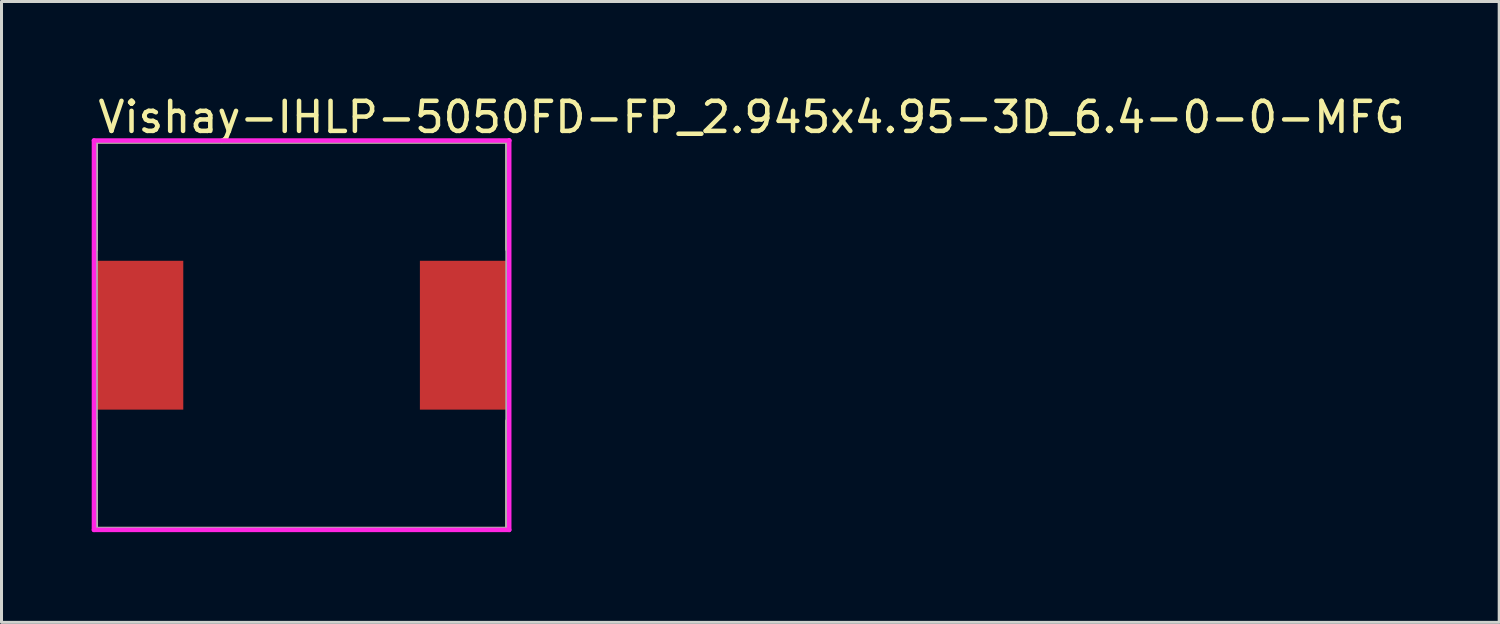
<source format=kicad_pcb>
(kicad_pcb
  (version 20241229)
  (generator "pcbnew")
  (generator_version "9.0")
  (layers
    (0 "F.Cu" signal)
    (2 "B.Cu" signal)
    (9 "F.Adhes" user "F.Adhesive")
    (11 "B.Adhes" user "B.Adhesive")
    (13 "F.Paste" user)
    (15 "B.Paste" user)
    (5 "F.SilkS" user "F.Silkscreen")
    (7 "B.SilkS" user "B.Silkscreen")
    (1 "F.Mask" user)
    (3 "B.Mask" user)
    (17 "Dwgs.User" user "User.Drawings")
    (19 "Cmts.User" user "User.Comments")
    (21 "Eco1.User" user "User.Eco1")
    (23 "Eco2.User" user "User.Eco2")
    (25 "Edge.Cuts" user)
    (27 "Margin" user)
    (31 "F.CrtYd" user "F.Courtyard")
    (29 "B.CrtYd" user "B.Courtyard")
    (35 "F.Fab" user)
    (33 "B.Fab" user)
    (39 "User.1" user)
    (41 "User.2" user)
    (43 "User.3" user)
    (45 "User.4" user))
  (footprint "Vishay-IHLP-5050FD-FP_2.945x4.95-3D_6.4-0-0-MFG"
    (layer "F.Cu")
    (at 6.98 8.098)
    (property "Reference" "Vishay-IHLP-5050FD-FP_2.945x4.95-3D_6.4-0-0-MFG" (at -6.85 -7.25 0) (layer "F.SilkS") (effects (font (size 1 1) (thickness 0.15)) (justify left)))
    (attr through_hole)
    (fp_line (start -6.85 -6.45) (end 6.85 -6.45) (stroke (width 0.15) (type solid)) (layer "F.SilkS"))
    (fp_line (start -6.85 -2.85) (end -6.85 -6.45) (stroke (width 0.15) (type solid)) (layer "F.SilkS"))
    (fp_line (start -6.85 6.45) (end -6.85 2.85) (stroke (width 0.15) (type solid)) (layer "F.SilkS"))
    (fp_line (start -6.85 6.45) (end 6.85 6.45) (stroke (width 0.15) (type solid)) (layer "F.SilkS"))
    (fp_line (start 6.85 -2.85) (end 6.85 -6.45) (stroke (width 0.15) (type solid)) (layer "F.SilkS"))
    (fp_line (start 6.85 6.45) (end 6.85 2.85) (stroke (width 0.15) (type solid)) (layer "F.SilkS"))
    (fp_line (start -6.905 -6.475) (end -6.905 6.475) (stroke (width 0.15) (type solid)) (layer "F.CrtYd"))
    (fp_line (start -6.905 6.475) (end 6.905 6.475) (stroke (width 0.15) (type solid)) (layer "F.CrtYd"))
    (fp_line (start 6.905 -6.475) (end -6.905 -6.475) (stroke (width 0.15) (type solid)) (layer "F.CrtYd"))
    (fp_line (start 6.905 -6.475) (end 6.905 -6.475) (stroke (width 0.15) (type solid)) (layer "F.CrtYd"))
    (fp_line (start 6.905 6.475) (end 6.905 -6.475) (stroke (width 0.15) (type solid)) (layer "F.CrtYd"))
    (fp_line (start -6.85 -6.45) (end 6.85 -6.45) (stroke (width 0.15) (type solid)) (layer "F.Fab"))
    (fp_line (start -6.85 6.45) (end -6.85 -6.45) (stroke (width 0.15) (type solid)) (layer "F.Fab"))
    (fp_line (start 6.85 -6.45) (end 6.85 6.45) (stroke (width 0.15) (type solid)) (layer "F.Fab"))
    (fp_line (start 6.85 6.45) (end -6.85 6.45) (stroke (width 0.15) (type solid)) (layer "F.Fab"))
    (pad "1" smd rect (at -5.407 0) (size 2.945 4.95) (layers "F.Cu" "F.Mask" "F.Paste"))
    (pad "2" smd rect (at 5.407 0) (size 2.945 4.95) (layers "F.Cu" "F.Mask" "F.Paste")))
  (gr_rect
    (start -3 -3)
    (end 46.809 17.648)
    (stroke (width 0.1) (type default))
    (fill no)
    (layer "Edge.Cuts")))
</source>
